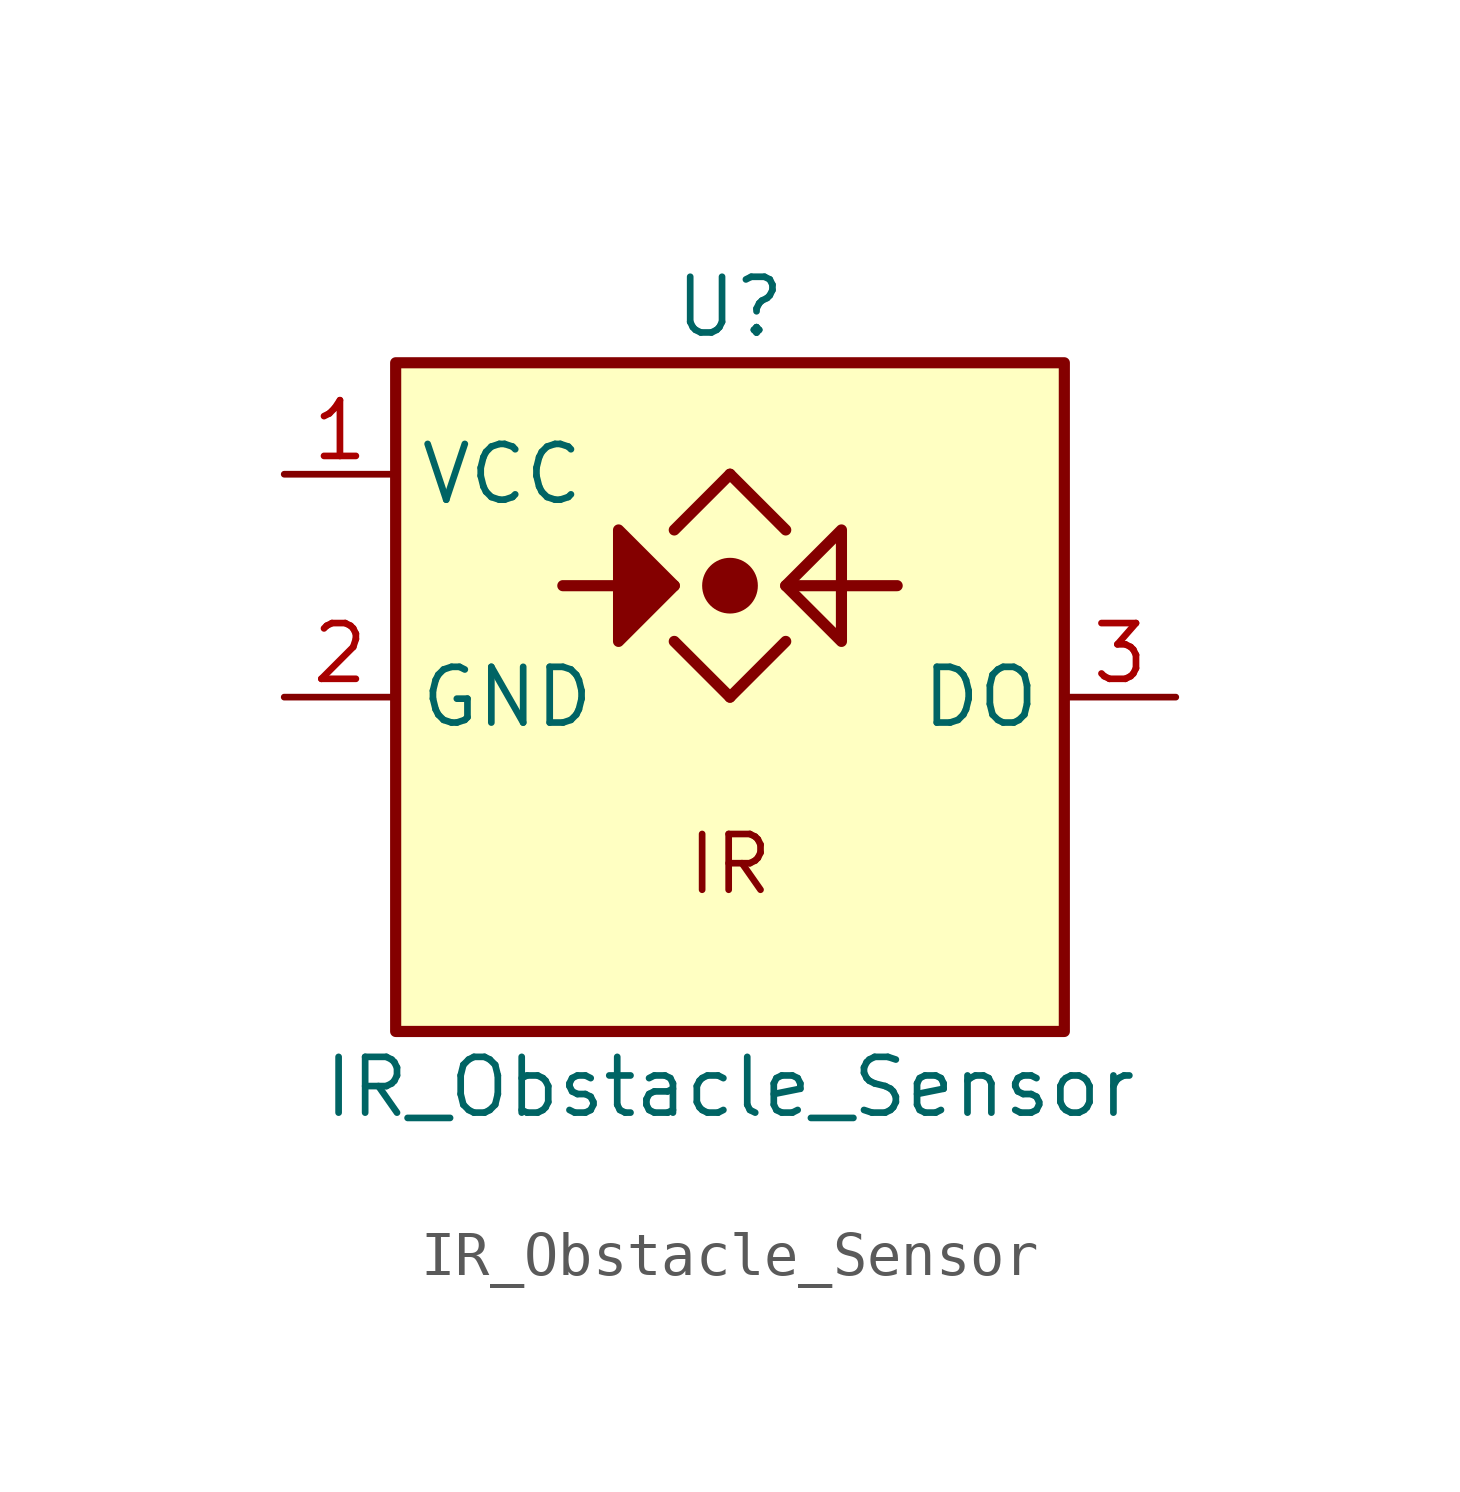
<source format=kicad_sym>
(kicad_symbol_lib
  (version 20231120)
  (generator "kicad_symbol_editor")
  (generator_version "8.0")
  (symbol "IR_Obstacle_Sensor"
    (property "Reference" "U"
      (at 0 8.89 0)
      (effects (font (size 1.27 1.27))))
    (property "Value" "IR_Obstacle_Sensor"
      (at 0 -8.89 0)
      (effects (font (size 1.27 1.27))))
    (symbol "IR_Obstacle_Sensor_0_1"
      (rectangle (start -7.62 7.62) (end 7.62 -7.62) (stroke (width 0.254) (type default)) (fill (type background)))
      (polyline (pts (xy -3.81 2.54) (xy -1.27 2.54)) (stroke (width 0.254) (type default)) (fill (type none)))
      (polyline (pts (xy -2.54 3.81) (xy -2.54 1.27) (xy -1.27 2.54) (xy -2.54 3.81)) (stroke (width 0.254) (type default)) (fill (type outline)))
      (polyline (pts (xy -1.27 1.27) (xy 0 0)) (stroke (width 0.254) (type default)) (fill (type none)))
      (polyline (pts (xy -1.27 3.81) (xy 0 5.08)) (stroke (width 0.254) (type default)) (fill (type none)))
      (polyline (pts (xy 1.27 2.54) (xy 3.81 2.54)) (stroke (width 0.254) (type default)) (fill (type none)))
      (polyline (pts (xy 2.54 3.81) (xy 2.54 1.27) (xy 1.27 2.54) (xy 2.54 3.81)) (stroke (width 0.254) (type default)) (fill (type none)))
      (polyline (pts (xy 0 0) (xy 1.27 1.27)) (stroke (width 0.254) (type default)) (fill (type none)))
      (polyline (pts (xy 0 5.08) (xy 1.27 3.81)) (stroke (width 0.254) (type default)) (fill (type none)))
      (circle (center 0 2.54) (radius 0.508) (stroke (width 0.254) (type default)) (fill (type outline)))
      (text "IR" (at 0 -3.81 0) (effects (font (size 1.27 1.27)))))
    (symbol "IR_Obstacle_Sensor_1_1"
      (pin power_in line (at -10.16 5.08 0) (length 2.54) (name "VCC" (effects (font (size 1.27 1.27)))) (number "1" (effects (font (size 1.27 1.27)))))
      (pin power_in line (at -10.16 0 0) (length 2.54) (name "GND" (effects (font (size 1.27 1.27)))) (number "2" (effects (font (size 1.27 1.27)))))
      (pin output line (at 10.16 0 180) (length 2.54) (name "DO" (effects (font (size 1.27 1.27)))) (number "3" (effects (font (size 1.27 1.27))))))))
</source>
